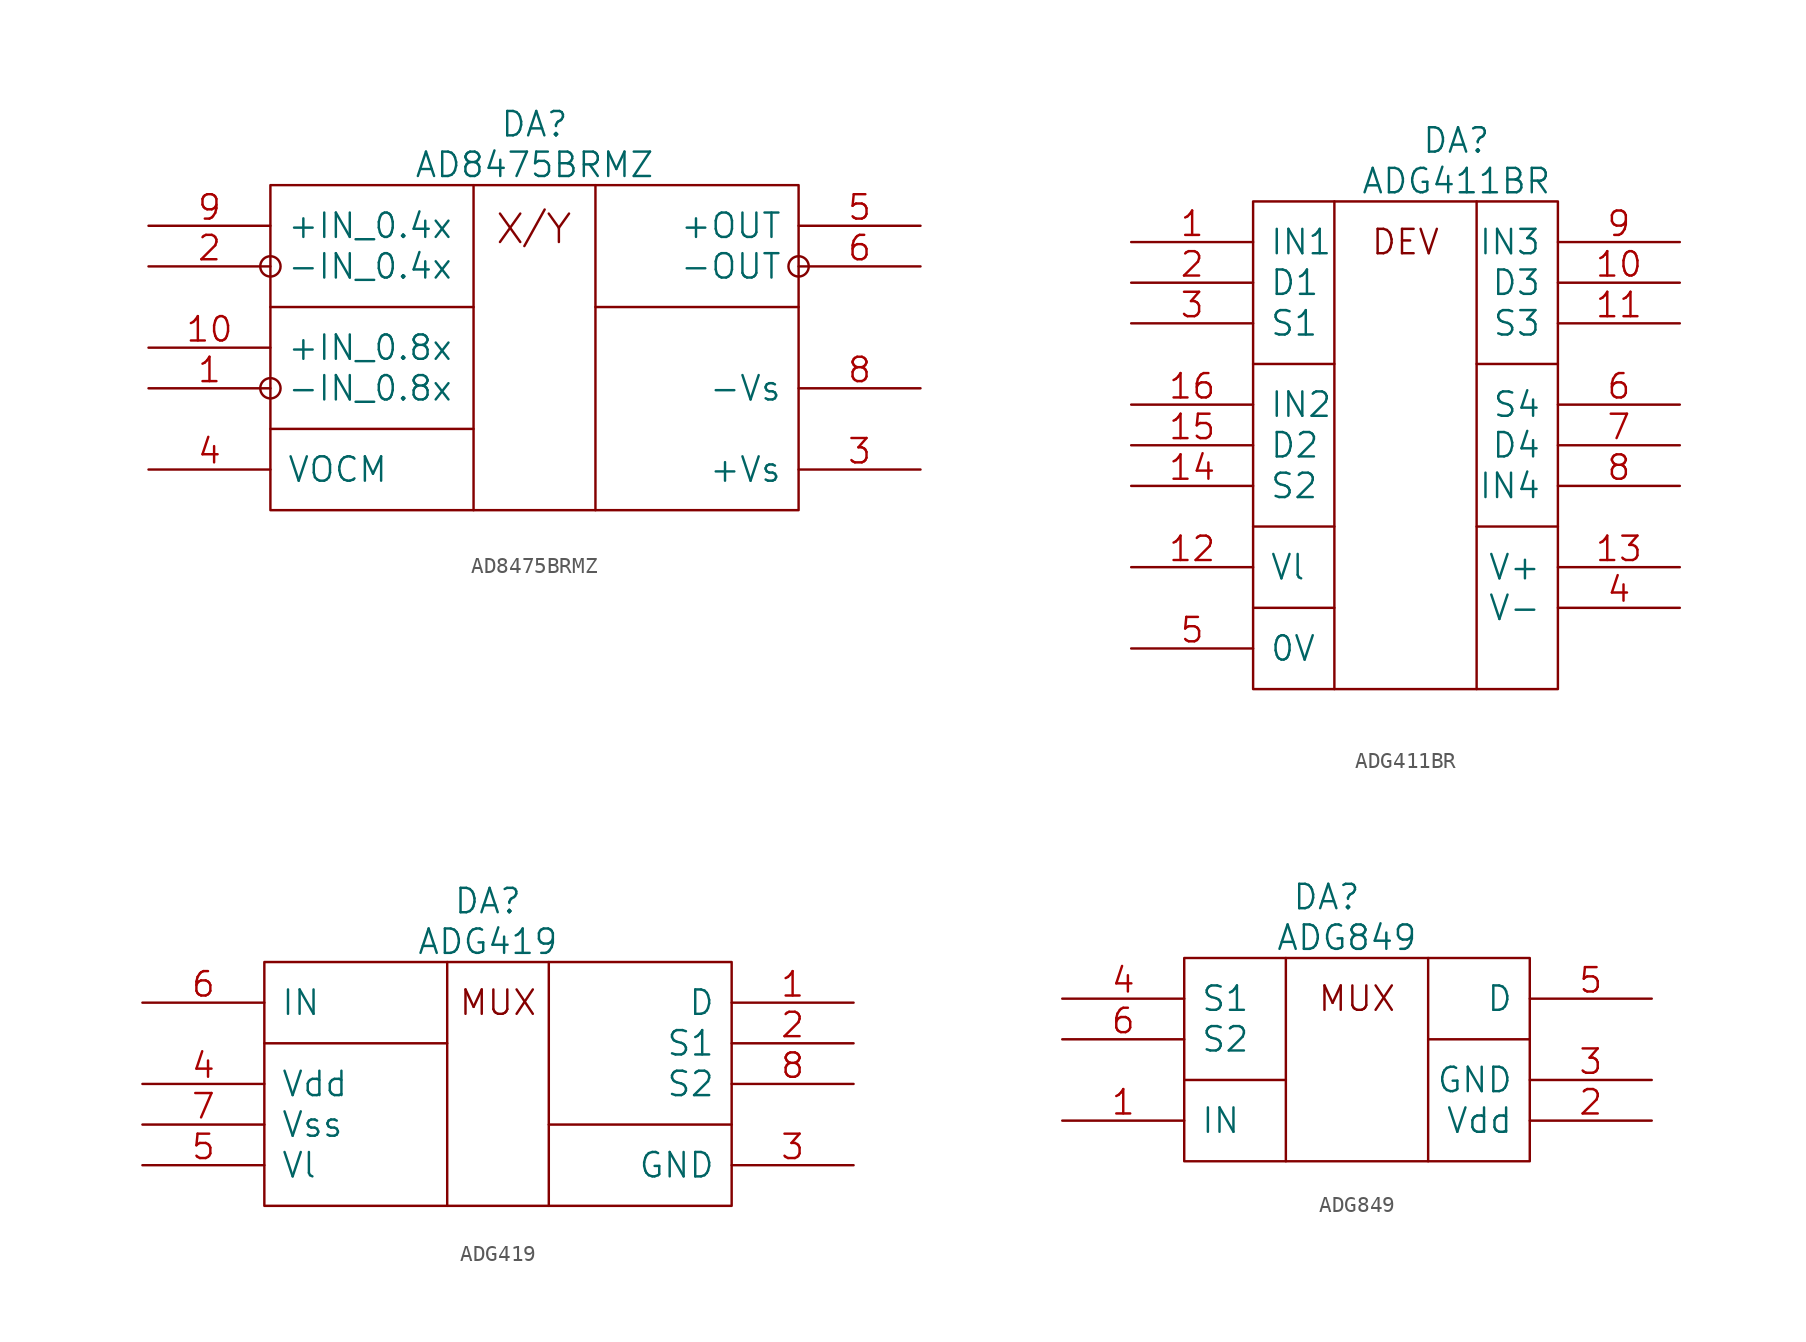
<source format=kicad_sym>
(kicad_symbol_lib
  (version 20211014)
  (generator kicad_symbol_editor)
  (symbol "AD8475BRMZ"
    (pin_names
      (offset 1.016))
    (property "Reference" "DA"
      (at 16.51 3.81 0)
      (effects (font (size 1.524 1.524))))
    (property "Value" "AD8475BRMZ"
      (at 16.51 1.27 0)
      (effects (font (size 1.524 1.524))))
    (property "Footprint" ""
      (at 0 0 0)
      (effects (font (size 1.524 1.524))))
    (property "Datasheet" ""
      (at 0 0 0)
      (effects (font (size 1.524 1.524))))
    (symbol "AD8475BRMZ_0_0"
      (pin input line (at -7.62 -12.7 0) (length 7.62) (name "-IN_0.8x" (effects (font (size 1.524 1.524)))) (number "1" (effects (font (size 1.524 1.524)))))
      (pin input line (at -7.62 -10.16 0) (length 7.62) (name "+IN_0.8x" (effects (font (size 1.524 1.524)))) (number "10" (effects (font (size 1.524 1.524)))))
      (pin input line (at -7.62 -5.08 0) (length 7.62) (name "-IN_0.4x" (effects (font (size 1.524 1.524)))) (number "2" (effects (font (size 1.524 1.524)))))
      (pin power_in line (at 40.64 -17.78 180) (length 7.62) (name "+Vs" (effects (font (size 1.524 1.524)))) (number "3" (effects (font (size 1.524 1.524)))))
      (pin input line (at -7.62 -17.78 0) (length 7.62) (name "VOCM" (effects (font (size 1.524 1.524)))) (number "4" (effects (font (size 1.524 1.524)))))
      (pin output line (at 40.64 -2.54 180) (length 7.62) (name "+OUT" (effects (font (size 1.524 1.524)))) (number "5" (effects (font (size 1.524 1.524)))))
      (pin output line (at 40.64 -5.08 180) (length 7.62) (name "-OUT" (effects (font (size 1.524 1.524)))) (number "6" (effects (font (size 1.524 1.524)))))
      (pin power_in line (at 40.64 -12.7 180) (length 7.62) (name "-Vs" (effects (font (size 1.524 1.524)))) (number "8" (effects (font (size 1.524 1.524)))))
      (pin input line (at -7.62 -2.54 0) (length 7.62) (name "+IN_0.4x" (effects (font (size 1.524 1.524)))) (number "9" (effects (font (size 1.524 1.524))))))
    (symbol "AD8475BRMZ_0_1"
      (circle (center 0 -12.7) (radius 0.635) (stroke (width 0) (type default) (color 0 0 0 0)) (fill (type none)))
      (circle (center 0 -5.08) (radius 0.635) (stroke (width 0) (type default) (color 0 0 0 0)) (fill (type none)))
      (polyline (pts (xy 0 -15.24) (xy 12.7 -15.24)) (stroke (width 0) (type default) (color 0 0 0 0)) (fill (type none)))
      (polyline (pts (xy 0 -7.62) (xy 12.7 -7.62)) (stroke (width 0) (type default) (color 0 0 0 0)) (fill (type none)))
      (polyline (pts (xy 12.7 0) (xy 12.7 -20.32)) (stroke (width 0) (type default) (color 0 0 0 0)) (fill (type none)))
      (polyline (pts (xy 14.351 -3.556) (xy 15.621 -1.778)) (stroke (width 0) (type default) (color 0 0 0 0)) (fill (type none)))
      (polyline (pts (xy 14.351 -1.778) (xy 15.621 -3.556)) (stroke (width 0) (type default) (color 0 0 0 0)) (fill (type none)))
      (polyline (pts (xy 15.875 -3.81) (xy 17.145 -1.524)) (stroke (width 0) (type default) (color 0 0 0 0)) (fill (type none)))
      (polyline (pts (xy 17.399 -1.778) (xy 18.034 -2.667)) (stroke (width 0) (type default) (color 0 0 0 0)) (fill (type none)))
      (polyline (pts (xy 18.034 -2.667) (xy 18.034 -3.556)) (stroke (width 0) (type default) (color 0 0 0 0)) (fill (type none)))
      (polyline (pts (xy 18.034 -2.667) (xy 18.669 -1.778)) (stroke (width 0) (type default) (color 0 0 0 0)) (fill (type none)))
      (polyline (pts (xy 20.32 -7.62) (xy 33.02 -7.62)) (stroke (width 0) (type default) (color 0 0 0 0)) (fill (type none)))
      (polyline (pts (xy 20.32 0) (xy 20.32 -20.32)) (stroke (width 0) (type default) (color 0 0 0 0)) (fill (type none)))
      (rectangle (start 0 0) (end 33.02 -20.32) (stroke (width 0) (type default) (color 0 0 0 0)) (fill (type none)))
      (circle (center 33.02 -5.08) (radius 0.635) (stroke (width 0) (type default) (color 0 0 0 0)) (fill (type none)))))
  (symbol "ADG411BR"
    (pin_names
      (offset 1.016))
    (property "Reference" "DA"
      (at 20.32 3.81 0)
      (effects (font (size 1.524 1.524))))
    (property "Value" "ADG411BR"
      (at 20.32 1.27 0)
      (effects (font (size 1.524 1.524))))
    (property "Footprint" ""
      (at 0 0 0)
      (effects (font (size 1.524 1.524))))
    (property "Datasheet" ""
      (at 0 0 0)
      (effects (font (size 1.524 1.524))))
    (symbol "ADG411BR_0_0"
      (polyline (pts (xy 21.59 0) (xy 21.59 -30.48)) (stroke (width 0) (type default) (color 0 0 0 0)) (fill (type none)))
      (polyline (pts (xy 12.7 0) (xy 12.7 -30.48) (xy 12.7 -30.48)) (stroke (width 0) (type default) (color 0 0 0 0)) (fill (type none)))
      (rectangle (start 7.62 -25.4) (end 12.7 -25.4) (stroke (width 0) (type default) (color 0 0 0 0)) (fill (type none)))
      (rectangle (start 7.62 -20.32) (end 12.7 -20.32) (stroke (width 0) (type default) (color 0 0 0 0)) (fill (type none)))
      (rectangle (start 7.62 -10.16) (end 12.7 -10.16) (stroke (width 0) (type default) (color 0 0 0 0)) (fill (type none)))
      (rectangle (start 7.62 0) (end 26.67 -30.48) (stroke (width 0) (type default) (color 0 0 0 0)) (fill (type none)))
      (rectangle (start 21.59 -20.32) (end 26.67 -20.32) (stroke (width 0) (type default) (color 0 0 0 0)) (fill (type none)))
      (rectangle (start 21.59 -10.16) (end 26.67 -10.16) (stroke (width 0) (type default) (color 0 0 0 0)) (fill (type none)))
      (text "DEV" (at 17.145 -2.54 0) (effects (font (size 1.524 1.524))))
      (pin input line (at 0 -2.54 0) (length 7.62) (name "IN1" (effects (font (size 1.524 1.524)))) (number "1" (effects (font (size 1.524 1.524)))))
      (pin input line (at 34.29 -5.08 180) (length 7.62) (name "D3" (effects (font (size 1.524 1.524)))) (number "10" (effects (font (size 1.524 1.524)))))
      (pin input line (at 34.29 -7.62 180) (length 7.62) (name "S3" (effects (font (size 1.524 1.524)))) (number "11" (effects (font (size 1.524 1.524)))))
      (pin input line (at 0 -22.86 0) (length 7.62) (name "Vl" (effects (font (size 1.524 1.524)))) (number "12" (effects (font (size 1.524 1.524)))))
      (pin input line (at 34.29 -22.86 180) (length 7.62) (name "V+" (effects (font (size 1.524 1.524)))) (number "13" (effects (font (size 1.524 1.524)))))
      (pin input line (at 0 -17.78 0) (length 7.62) (name "S2" (effects (font (size 1.524 1.524)))) (number "14" (effects (font (size 1.524 1.524)))))
      (pin input line (at 0 -15.24 0) (length 7.62) (name "D2" (effects (font (size 1.524 1.524)))) (number "15" (effects (font (size 1.524 1.524)))))
      (pin input line (at 0 -12.7 0) (length 7.62) (name "IN2" (effects (font (size 1.524 1.524)))) (number "16" (effects (font (size 1.524 1.524)))))
      (pin input line (at 0 -5.08 0) (length 7.62) (name "D1" (effects (font (size 1.524 1.524)))) (number "2" (effects (font (size 1.524 1.524)))))
      (pin input line (at 0 -7.62 0) (length 7.62) (name "S1" (effects (font (size 1.524 1.524)))) (number "3" (effects (font (size 1.524 1.524)))))
      (pin input line (at 34.29 -25.4 180) (length 7.62) (name "V-" (effects (font (size 1.524 1.524)))) (number "4" (effects (font (size 1.524 1.524)))))
      (pin input line (at 0 -27.94 0) (length 7.62) (name "0V" (effects (font (size 1.524 1.524)))) (number "5" (effects (font (size 1.524 1.524)))))
      (pin input line (at 34.29 -12.7 180) (length 7.62) (name "S4" (effects (font (size 1.524 1.524)))) (number "6" (effects (font (size 1.524 1.524)))))
      (pin input line (at 34.29 -15.24 180) (length 7.62) (name "D4" (effects (font (size 1.524 1.524)))) (number "7" (effects (font (size 1.524 1.524)))))
      (pin input line (at 34.29 -17.78 180) (length 7.62) (name "IN4" (effects (font (size 1.524 1.524)))) (number "8" (effects (font (size 1.524 1.524)))))
      (pin input line (at 34.29 -2.54 180) (length 7.62) (name "IN3" (effects (font (size 1.524 1.524)))) (number "9" (effects (font (size 1.524 1.524)))))))
  (symbol "ADG419"
    (pin_names
      (offset 1.016))
    (property "Reference" "DA"
      (at 13.97 3.81 0)
      (effects (font (size 1.524 1.524))))
    (property "Value" "ADG419"
      (at 13.97 1.27 0)
      (effects (font (size 1.524 1.524))))
    (property "Footprint" ""
      (at 0 0 0)
      (effects (font (size 1.524 1.524))))
    (property "Datasheet" ""
      (at 0 0 0)
      (effects (font (size 1.524 1.524))))
    (symbol "ADG419_0_0"
      (polyline (pts (xy 11.43 0) (xy 11.43 -15.24)) (stroke (width 0) (type default) (color 0 0 0 0)) (fill (type none)))
      (polyline (pts (xy 17.78 0) (xy 17.78 -15.24)) (stroke (width 0) (type default) (color 0 0 0 0)) (fill (type none)))
      (rectangle (start 0 0) (end 29.21 -15.24) (stroke (width 0) (type default) (color 0 0 0 0)) (fill (type none)))
      (text "MUX" (at 14.605 -2.54 0) (effects (font (size 1.524 1.524))))
      (pin bidirectional line (at 36.83 -2.54 180) (length 7.62) (name "D" (effects (font (size 1.524 1.524)))) (number "1" (effects (font (size 1.524 1.524)))))
      (pin bidirectional line (at 36.83 -5.08 180) (length 7.62) (name "S1" (effects (font (size 1.524 1.524)))) (number "2" (effects (font (size 1.524 1.524)))))
      (pin passive line (at 36.83 -12.7 180) (length 7.62) (name "GND" (effects (font (size 1.524 1.524)))) (number "3" (effects (font (size 1.524 1.524)))))
      (pin passive line (at -7.62 -7.62 0) (length 7.62) (name "Vdd" (effects (font (size 1.524 1.524)))) (number "4" (effects (font (size 1.524 1.524)))))
      (pin passive line (at -7.62 -12.7 0) (length 7.62) (name "Vl" (effects (font (size 1.524 1.524)))) (number "5" (effects (font (size 1.524 1.524)))))
      (pin input line (at -7.62 -2.54 0) (length 7.62) (name "IN" (effects (font (size 1.524 1.524)))) (number "6" (effects (font (size 1.524 1.524)))))
      (pin passive line (at -7.62 -10.16 0) (length 7.62) (name "Vss" (effects (font (size 1.524 1.524)))) (number "7" (effects (font (size 1.524 1.524)))))
      (pin bidirectional line (at 36.83 -7.62 180) (length 7.62) (name "S2" (effects (font (size 1.524 1.524)))) (number "8" (effects (font (size 1.524 1.524))))))
    (symbol "ADG419_0_1"
      (polyline (pts (xy 0 -5.08) (xy 11.43 -5.08)) (stroke (width 0) (type default) (color 0 0 0 0)) (fill (type none)))
      (polyline (pts (xy 17.78 -10.16) (xy 29.21 -10.16)) (stroke (width 0) (type default) (color 0 0 0 0)) (fill (type none)))))
  (symbol "ADG849"
    (pin_names
      (offset 1.016))
    (property "Reference" "DA"
      (at 8.89 3.81 0)
      (effects (font (size 1.524 1.524))))
    (property "Value" "ADG849"
      (at 10.16 1.27 0)
      (effects (font (size 1.524 1.524))))
    (property "Footprint" ""
      (at -7.62 0 0)
      (effects (font (size 1.524 1.524))))
    (property "Datasheet" ""
      (at -7.62 0 0)
      (effects (font (size 1.524 1.524))))
    (symbol "ADG849_0_0"
      (polyline (pts (xy 0 -7.62) (xy 6.35 -7.62)) (stroke (width 0) (type default) (color 0 0 0 0)) (fill (type none)))
      (polyline (pts (xy 6.35 0) (xy 6.35 -12.7)) (stroke (width 0) (type default) (color 0 0 0 0)) (fill (type none)))
      (polyline (pts (xy 15.24 0) (xy 15.24 -12.7)) (stroke (width 0) (type default) (color 0 0 0 0)) (fill (type none)))
      (polyline (pts (xy 21.59 -5.08) (xy 15.24 -5.08)) (stroke (width 0) (type default) (color 0 0 0 0)) (fill (type none)))
      (rectangle (start 0 0) (end 21.59 -12.7) (stroke (width 0) (type default) (color 0 0 0 0)) (fill (type none)))
      (text "MUX" (at 10.795 -2.54 0) (effects (font (size 1.524 1.524))))
      (pin input line (at -7.62 -10.16 0) (length 7.62) (name "IN" (effects (font (size 1.524 1.524)))) (number "1" (effects (font (size 1.524 1.524)))))
      (pin passive line (at 29.21 -10.16 180) (length 7.62) (name "Vdd" (effects (font (size 1.524 1.524)))) (number "2" (effects (font (size 1.524 1.524)))))
      (pin passive line (at 29.21 -7.62 180) (length 7.62) (name "GND" (effects (font (size 1.524 1.524)))) (number "3" (effects (font (size 1.524 1.524)))))
      (pin bidirectional line (at -7.62 -2.54 0) (length 7.62) (name "S1" (effects (font (size 1.524 1.524)))) (number "4" (effects (font (size 1.524 1.524)))))
      (pin bidirectional line (at 29.21 -2.54 180) (length 7.62) (name "D" (effects (font (size 1.524 1.524)))) (number "5" (effects (font (size 1.524 1.524)))))
      (pin bidirectional line (at -7.62 -5.08 0) (length 7.62) (name "S2" (effects (font (size 1.524 1.524)))) (number "6" (effects (font (size 1.524 1.524))))))))
</source>
